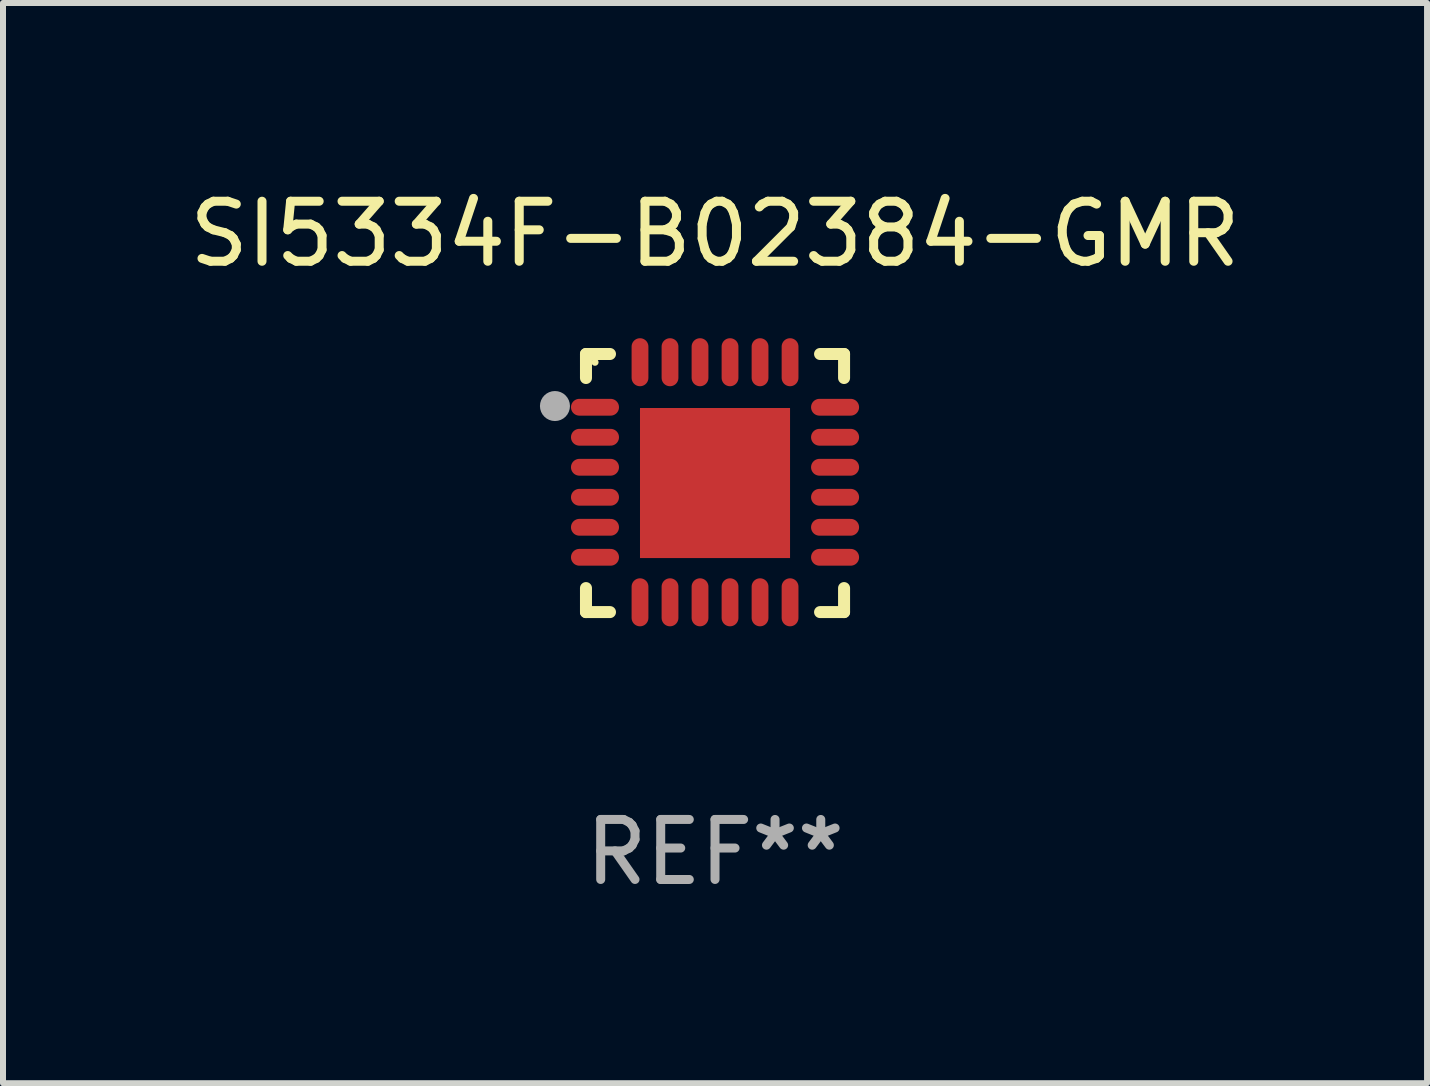
<source format=kicad_pcb>
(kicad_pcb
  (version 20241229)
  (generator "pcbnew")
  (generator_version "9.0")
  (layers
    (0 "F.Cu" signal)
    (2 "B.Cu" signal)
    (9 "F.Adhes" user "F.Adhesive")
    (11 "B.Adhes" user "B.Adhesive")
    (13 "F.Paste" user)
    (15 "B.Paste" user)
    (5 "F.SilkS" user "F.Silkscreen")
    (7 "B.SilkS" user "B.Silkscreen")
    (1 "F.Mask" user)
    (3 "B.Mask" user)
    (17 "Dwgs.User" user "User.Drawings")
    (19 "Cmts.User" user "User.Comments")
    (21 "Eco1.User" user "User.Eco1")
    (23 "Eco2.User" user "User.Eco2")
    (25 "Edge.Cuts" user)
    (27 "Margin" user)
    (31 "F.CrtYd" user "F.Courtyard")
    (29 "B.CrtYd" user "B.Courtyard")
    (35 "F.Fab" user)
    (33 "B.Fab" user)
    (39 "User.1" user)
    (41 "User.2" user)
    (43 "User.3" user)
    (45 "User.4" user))
  (footprint "SI5334F-B02384-GMR"
    (layer "F.Cu")
    (at 8.863 4.998)
    (property "Reference" "SI5334F-B02384-GMR" (at 0 -4.15 0) (layer "F.SilkS") (effects (font (size 1 1) (thickness 0.15))))
    (attr through_hole)
    (fp_line (start -2.15 -2.15) (end -1.75 -2.15) (stroke (width 0.2) (type solid)) (layer "F.SilkS"))
    (fp_line (start -2.15 -1.75) (end -2.15 -2.15) (stroke (width 0.2) (type solid)) (layer "F.SilkS"))
    (fp_line (start -2.15 2.15) (end -2.15 1.75) (stroke (width 0.2) (type solid)) (layer "F.SilkS"))
    (fp_line (start -1.75 2.15) (end -2.15 2.15) (stroke (width 0.2) (type solid)) (layer "F.SilkS"))
    (fp_line (start 1.75 -2.15) (end 2.15 -2.15) (stroke (width 0.2) (type solid)) (layer "F.SilkS"))
    (fp_line (start 1.75 2.15) (end 2.15 2.15) (stroke (width 0.2) (type solid)) (layer "F.SilkS"))
    (fp_line (start 2.15 -2.15) (end 2.15 -1.75) (stroke (width 0.2) (type solid)) (layer "F.SilkS"))
    (fp_line (start 2.15 2.15) (end 2.15 1.75) (stroke (width 0.2) (type solid)) (layer "F.SilkS"))
    (fp_circle (center -2 -2.013) (end -1.97 -2.013) (stroke (width 0.06) (type solid)) (fill no) (layer "F.SilkS"))
    (fp_circle (center -2.667 -1.283) (end -2.542 -1.283) (stroke (width 0.25) (type solid)) (fill no) (layer "F.Fab"))
    (fp_text user "REF**" (at 0 6.15 0) (layer "F.Fab") (effects (font (size 1 1) (thickness 0.15))))
    (pad "1" smd oval (at -2 -1.263) (size 0.8 0.28) (layers "F.Cu" "F.Mask" "F.Paste"))
    (pad "2" smd oval (at -2 -0.763) (size 0.8 0.28) (layers "F.Cu" "F.Mask" "F.Paste"))
    (pad "3" smd oval (at -2 -0.263) (size 0.8 0.28) (layers "F.Cu" "F.Mask" "F.Paste"))
    (pad "4" smd oval (at -2 0.237) (size 0.8 0.28) (layers "F.Cu" "F.Mask" "F.Paste"))
    (pad "5" smd oval (at -2 0.737) (size 0.8 0.28) (layers "F.Cu" "F.Mask" "F.Paste"))
    (pad "6" smd oval (at -2 1.237) (size 0.8 0.28) (layers "F.Cu" "F.Mask" "F.Paste"))
    (pad "7" smd oval (at -1.25 1.987) (size 0.28 0.8) (layers "F.Cu" "F.Mask" "F.Paste"))
    (pad "8" smd oval (at -0.75 1.987) (size 0.28 0.8) (layers "F.Cu" "F.Mask" "F.Paste"))
    (pad "9" smd oval (at -0.25 1.987) (size 0.28 0.8) (layers "F.Cu" "F.Mask" "F.Paste"))
    (pad "10" smd oval (at 0.25 1.987) (size 0.28 0.8) (layers "F.Cu" "F.Mask" "F.Paste"))
    (pad "11" smd oval (at 0.75 1.987) (size 0.28 0.8) (layers "F.Cu" "F.Mask" "F.Paste"))
    (pad "12" smd oval (at 1.25 1.987) (size 0.28 0.8) (layers "F.Cu" "F.Mask" "F.Paste"))
    (pad "13" smd oval (at 2 1.237) (size 0.8 0.28) (layers "F.Cu" "F.Mask" "F.Paste"))
    (pad "14" smd oval (at 2 0.737) (size 0.8 0.28) (layers "F.Cu" "F.Mask" "F.Paste"))
    (pad "15" smd oval (at 2 0.237) (size 0.8 0.28) (layers "F.Cu" "F.Mask" "F.Paste"))
    (pad "16" smd oval (at 2 -0.263) (size 0.8 0.28) (layers "F.Cu" "F.Mask" "F.Paste"))
    (pad "17" smd oval (at 2 -0.763) (size 0.8 0.28) (layers "F.Cu" "F.Mask" "F.Paste"))
    (pad "18" smd oval (at 2 -1.263) (size 0.8 0.28) (layers "F.Cu" "F.Mask" "F.Paste"))
    (pad "19" smd oval (at 1.25 -2.013) (size 0.28 0.8) (layers "F.Cu" "F.Mask" "F.Paste"))
    (pad "20" smd oval (at 0.75 -2.013) (size 0.28 0.8) (layers "F.Cu" "F.Mask" "F.Paste"))
    (pad "21" smd oval (at 0.25 -2.013) (size 0.28 0.8) (layers "F.Cu" "F.Mask" "F.Paste"))
    (pad "22" smd oval (at -0.25 -2.013) (size 0.28 0.8) (layers "F.Cu" "F.Mask" "F.Paste"))
    (pad "23" smd oval (at -0.75 -2.013) (size 0.28 0.8) (layers "F.Cu" "F.Mask" "F.Paste"))
    (pad "24" smd oval (at -1.25 -2.013) (size 0.28 0.8) (layers "F.Cu" "F.Mask" "F.Paste"))
    (pad "25" smd rect (at -0.000127 -0.00014) (size 2.5 2.5) (layers "F.Cu" "F.Mask" "F.Paste")))
  (gr_rect
    (start -3 -3)
    (end 20.726 14.997)
    (stroke (width 0.1) (type default))
    (fill no)
    (layer "Edge.Cuts")))
</source>
